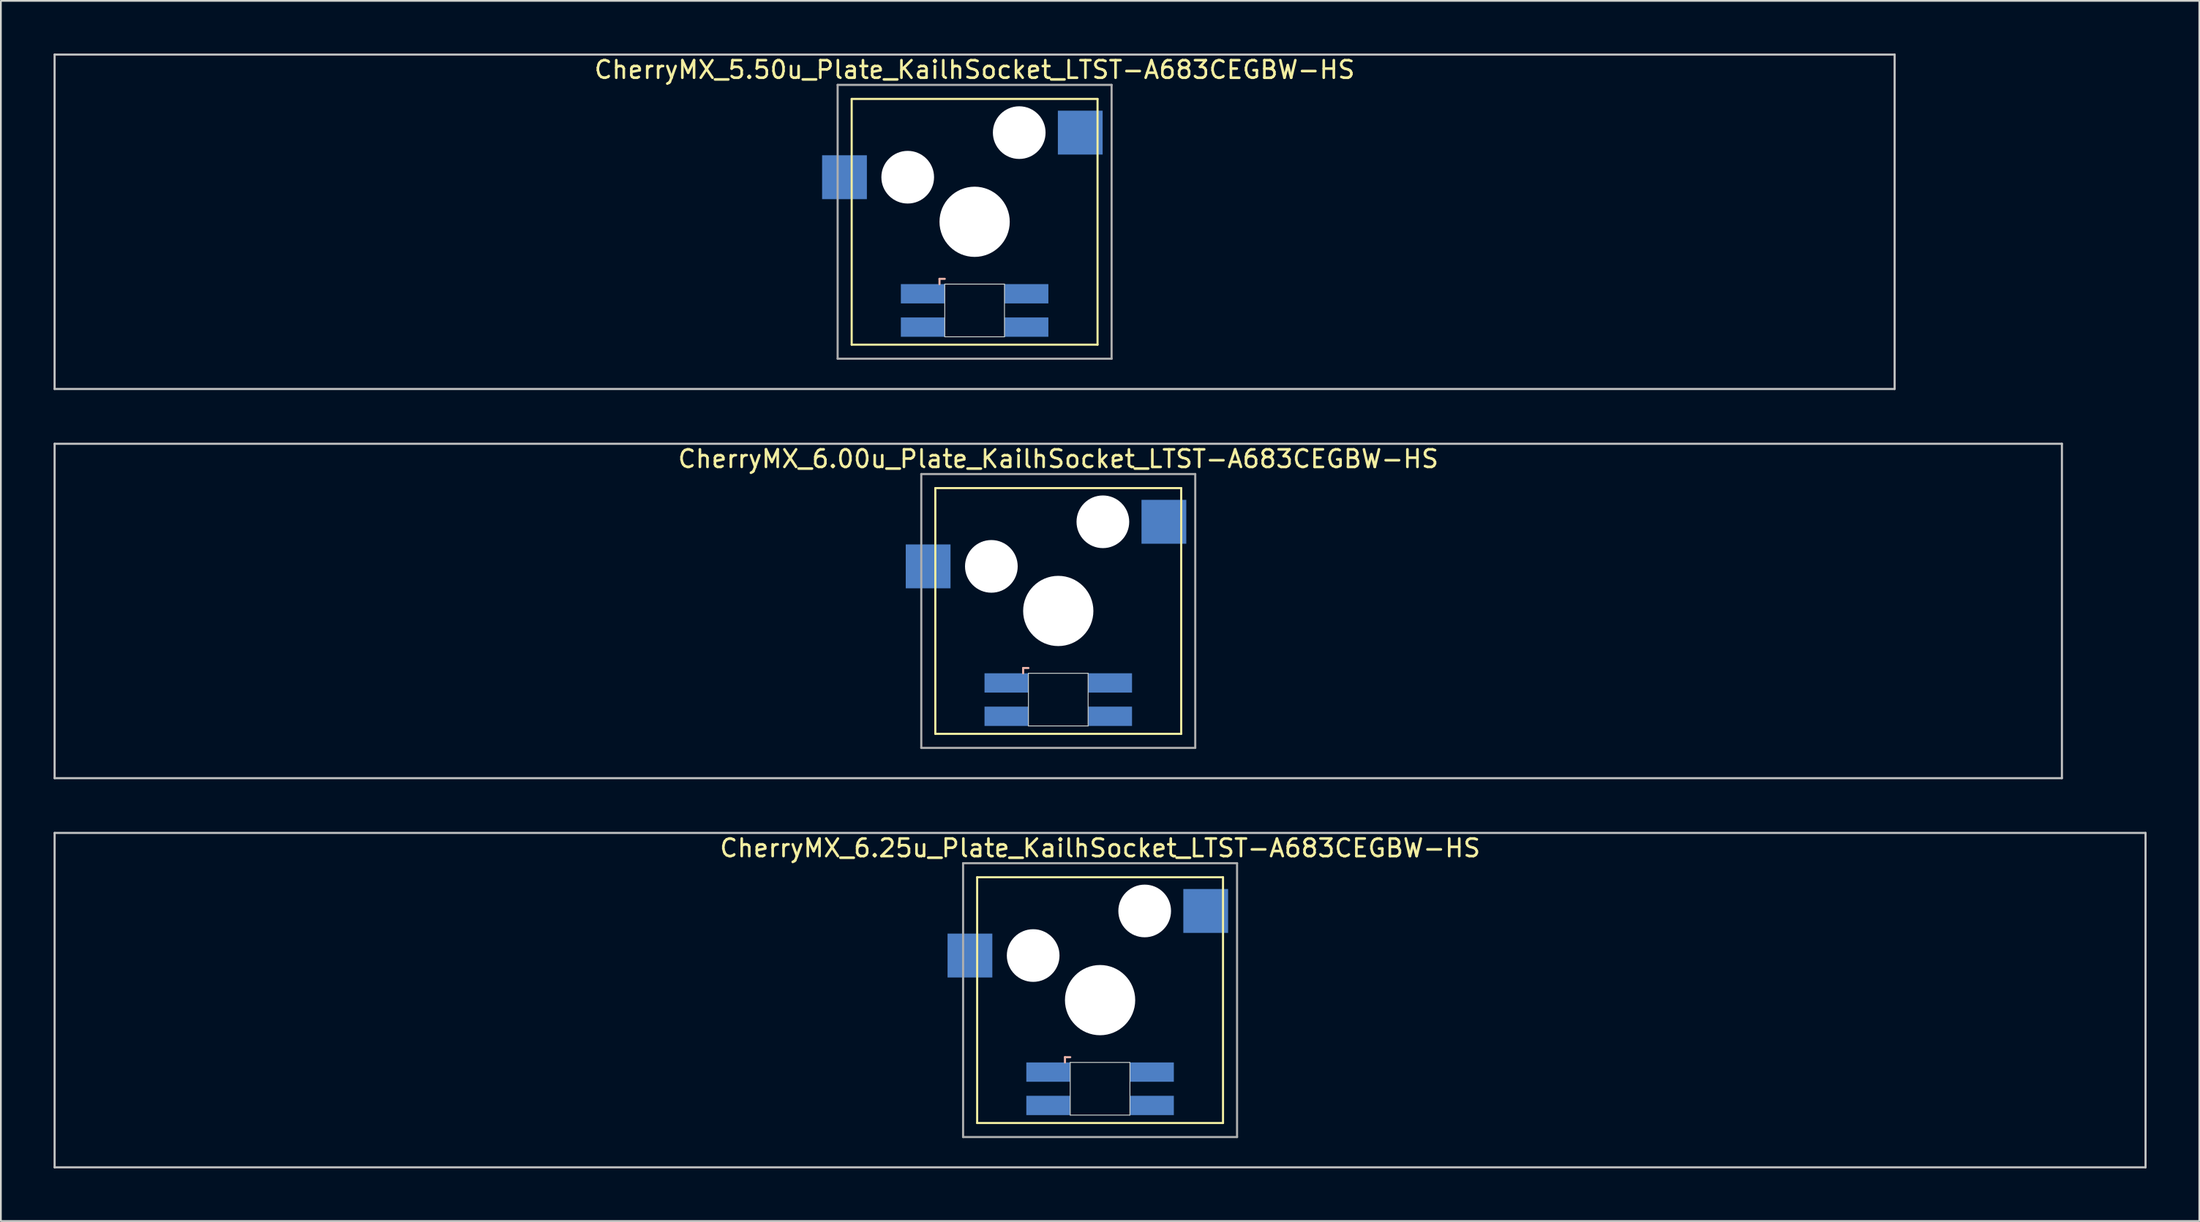
<source format=kicad_pcb>
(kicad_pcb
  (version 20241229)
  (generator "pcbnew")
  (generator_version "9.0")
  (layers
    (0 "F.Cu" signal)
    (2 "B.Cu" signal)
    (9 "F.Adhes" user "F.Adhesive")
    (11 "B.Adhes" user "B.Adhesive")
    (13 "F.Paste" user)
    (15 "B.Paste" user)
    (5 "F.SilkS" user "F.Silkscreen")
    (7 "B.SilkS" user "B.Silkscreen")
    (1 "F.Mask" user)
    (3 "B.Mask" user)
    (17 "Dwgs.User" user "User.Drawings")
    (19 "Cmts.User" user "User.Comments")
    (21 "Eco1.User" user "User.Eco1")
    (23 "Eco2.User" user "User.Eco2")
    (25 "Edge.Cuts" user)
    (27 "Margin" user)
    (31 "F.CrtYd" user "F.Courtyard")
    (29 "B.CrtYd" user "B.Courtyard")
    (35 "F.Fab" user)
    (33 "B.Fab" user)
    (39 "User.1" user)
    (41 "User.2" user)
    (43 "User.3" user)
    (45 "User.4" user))
  (footprint "CherryMX_5.50u_Plate_KailhSocket_LTST-A683CEGBW-HS"
    (layer "F.Cu")
    (at 52.447 9.585)
    (property "Reference" "CherryMX_5.50u_Plate_KailhSocket_LTST-A683CEGBW-HS" (at 0 -8.662 0) (layer "F.SilkS") (effects (font (size 1 1) (thickness 0.15))))
    (attr through_hole)
    (fp_line (start -7 -7) (end -7 7) (stroke (width 0.12) (type solid)) (layer "F.SilkS"))
    (fp_line (start -7 -7) (end 7 -7) (stroke (width 0.12) (type solid)) (layer "F.SilkS"))
    (fp_line (start 7 -7) (end 7 7) (stroke (width 0.12) (type solid)) (layer "F.SilkS"))
    (fp_line (start 7 7) (end -7 7) (stroke (width 0.12) (type solid)) (layer "F.SilkS"))
    (fp_line (start -2 3.25) (end -2 3.55) (stroke (width 0.12) (type solid)) (layer "B.SilkS"))
    (fp_line (start -1.7 3.25) (end -2 3.25) (stroke (width 0.12) (type solid)) (layer "B.SilkS"))
    (fp_line (start -52.388 -9.525) (end 52.388 -9.525) (stroke (width 0.12) (type solid)) (layer "Dwgs.User"))
    (fp_line (start -52.388 9.525) (end -52.388 -9.525) (stroke (width 0.12) (type solid)) (layer "Dwgs.User"))
    (fp_line (start 52.388 -9.525) (end 52.388 9.525) (stroke (width 0.12) (type solid)) (layer "Dwgs.User"))
    (fp_line (start 52.388 9.525) (end -52.388 9.525) (stroke (width 0.12) (type solid)) (layer "Dwgs.User"))
    (fp_line (start -1.7 3.55) (end 1.7 3.55) (stroke (width 0.05) (type solid)) (layer "Edge.Cuts"))
    (fp_line (start -1.7 6.55) (end -1.7 3.55) (stroke (width 0.05) (type solid)) (layer "Edge.Cuts"))
    (fp_line (start 1.7 3.55) (end 1.7 6.55) (stroke (width 0.05) (type solid)) (layer "Edge.Cuts"))
    (fp_line (start 1.7 6.55) (end -1.7 6.55) (stroke (width 0.05) (type solid)) (layer "Edge.Cuts"))
    (fp_line (start -7.8 -7.8) (end -7.8 7.8) (stroke (width 0.12) (type solid)) (layer "F.Fab"))
    (fp_line (start -7.8 -7.8) (end 7.8 -7.8) (stroke (width 0.12) (type solid)) (layer "F.Fab"))
    (fp_line (start -7.8 7.8) (end 7.8 7.8) (stroke (width 0.12) (type solid)) (layer "F.Fab"))
    (fp_line (start 7.8 -7.8) (end 7.8 7.8) (stroke (width 0.12) (type solid)) (layer "F.Fab"))
    (pad "" np_thru_hole circle (at -3.81 -2.54) (size 3 3) (drill 3) (layers "*.Cu" "*.Mask"))
    (pad "" np_thru_hole circle (at 0 0) (size 4 4) (drill 4) (layers "*.Cu" "*.Mask"))
    (pad "" np_thru_hole circle (at 2.54 -5.08) (size 3 3) (drill 3) (layers "*.Cu" "*.Mask"))
    (pad "1" smd rect (at -7.41 -2.54) (size 2.55 2.5) (layers "B.Cu" "B.Mask" "B.Paste"))
    (pad "2" smd rect (at 6.015 -5.08) (size 2.55 2.5) (layers "B.Cu" "B.Mask" "B.Paste"))
    (pad "3" smd rect (at -2.95 4.1) (size 2.5 1.1) (layers "B.Cu" "B.Mask" "B.Paste"))
    (pad "4" smd rect (at -2.95 6) (size 2.5 1.1) (layers "B.Cu" "B.Mask" "B.Paste"))
    (pad "5" smd rect (at 2.95 4.1) (size 2.5 1.1) (layers "B.Cu" "B.Mask" "B.Paste"))
    (pad "6" smd rect (at 2.95 6) (size 2.5 1.1) (layers "B.Cu" "B.Mask" "B.Paste")))
  (footprint "CherryMX_6.00u_Plate_KailhSocket_LTST-A683CEGBW-HS"
    (layer "F.Cu")
    (at 57.21 31.755)
    (property "Reference" "CherryMX_6.00u_Plate_KailhSocket_LTST-A683CEGBW-HS" (at 0 -8.662 0) (layer "F.SilkS") (effects (font (size 1 1) (thickness 0.15))))
    (attr through_hole)
    (fp_line (start -7 -7) (end -7 7) (stroke (width 0.12) (type solid)) (layer "F.SilkS"))
    (fp_line (start -7 -7) (end 7 -7) (stroke (width 0.12) (type solid)) (layer "F.SilkS"))
    (fp_line (start 7 -7) (end 7 7) (stroke (width 0.12) (type solid)) (layer "F.SilkS"))
    (fp_line (start 7 7) (end -7 7) (stroke (width 0.12) (type solid)) (layer "F.SilkS"))
    (fp_line (start -2 3.25) (end -2 3.55) (stroke (width 0.12) (type solid)) (layer "B.SilkS"))
    (fp_line (start -1.7 3.25) (end -2 3.25) (stroke (width 0.12) (type solid)) (layer "B.SilkS"))
    (fp_line (start -57.15 -9.525) (end 57.15 -9.525) (stroke (width 0.12) (type solid)) (layer "Dwgs.User"))
    (fp_line (start -57.15 9.525) (end -57.15 -9.525) (stroke (width 0.12) (type solid)) (layer "Dwgs.User"))
    (fp_line (start 57.15 -9.525) (end 57.15 9.525) (stroke (width 0.12) (type solid)) (layer "Dwgs.User"))
    (fp_line (start 57.15 9.525) (end -57.15 9.525) (stroke (width 0.12) (type solid)) (layer "Dwgs.User"))
    (fp_line (start -1.7 3.55) (end 1.7 3.55) (stroke (width 0.05) (type solid)) (layer "Edge.Cuts"))
    (fp_line (start -1.7 6.55) (end -1.7 3.55) (stroke (width 0.05) (type solid)) (layer "Edge.Cuts"))
    (fp_line (start 1.7 3.55) (end 1.7 6.55) (stroke (width 0.05) (type solid)) (layer "Edge.Cuts"))
    (fp_line (start 1.7 6.55) (end -1.7 6.55) (stroke (width 0.05) (type solid)) (layer "Edge.Cuts"))
    (fp_line (start -7.8 -7.8) (end -7.8 7.8) (stroke (width 0.12) (type solid)) (layer "F.Fab"))
    (fp_line (start -7.8 -7.8) (end 7.8 -7.8) (stroke (width 0.12) (type solid)) (layer "F.Fab"))
    (fp_line (start -7.8 7.8) (end 7.8 7.8) (stroke (width 0.12) (type solid)) (layer "F.Fab"))
    (fp_line (start 7.8 -7.8) (end 7.8 7.8) (stroke (width 0.12) (type solid)) (layer "F.Fab"))
    (pad "" np_thru_hole circle (at -3.81 -2.54) (size 3 3) (drill 3) (layers "*.Cu" "*.Mask"))
    (pad "" np_thru_hole circle (at 0 0) (size 4 4) (drill 4) (layers "*.Cu" "*.Mask"))
    (pad "" np_thru_hole circle (at 2.54 -5.08) (size 3 3) (drill 3) (layers "*.Cu" "*.Mask"))
    (pad "1" smd rect (at -7.41 -2.54) (size 2.55 2.5) (layers "B.Cu" "B.Mask" "B.Paste"))
    (pad "2" smd rect (at 6.015 -5.08) (size 2.55 2.5) (layers "B.Cu" "B.Mask" "B.Paste"))
    (pad "3" smd rect (at -2.95 4.1) (size 2.5 1.1) (layers "B.Cu" "B.Mask" "B.Paste"))
    (pad "4" smd rect (at -2.95 6) (size 2.5 1.1) (layers "B.Cu" "B.Mask" "B.Paste"))
    (pad "5" smd rect (at 2.95 4.1) (size 2.5 1.1) (layers "B.Cu" "B.Mask" "B.Paste"))
    (pad "6" smd rect (at 2.95 6) (size 2.5 1.1) (layers "B.Cu" "B.Mask" "B.Paste")))
  (footprint "CherryMX_6.25u_Plate_KailhSocket_LTST-A683CEGBW-HS"
    (layer "F.Cu")
    (at 59.591 53.925)
    (property "Reference" "CherryMX_6.25u_Plate_KailhSocket_LTST-A683CEGBW-HS" (at 0 -8.662 0) (layer "F.SilkS") (effects (font (size 1 1) (thickness 0.15))))
    (attr through_hole)
    (fp_line (start -7 -7) (end -7 7) (stroke (width 0.12) (type solid)) (layer "F.SilkS"))
    (fp_line (start -7 -7) (end 7 -7) (stroke (width 0.12) (type solid)) (layer "F.SilkS"))
    (fp_line (start 7 -7) (end 7 7) (stroke (width 0.12) (type solid)) (layer "F.SilkS"))
    (fp_line (start 7 7) (end -7 7) (stroke (width 0.12) (type solid)) (layer "F.SilkS"))
    (fp_line (start -2 3.25) (end -2 3.55) (stroke (width 0.12) (type solid)) (layer "B.SilkS"))
    (fp_line (start -1.7 3.25) (end -2 3.25) (stroke (width 0.12) (type solid)) (layer "B.SilkS"))
    (fp_line (start -59.531 -9.525) (end 59.531 -9.525) (stroke (width 0.12) (type solid)) (layer "Dwgs.User"))
    (fp_line (start -59.531 9.525) (end -59.531 -9.525) (stroke (width 0.12) (type solid)) (layer "Dwgs.User"))
    (fp_line (start 59.531 -9.525) (end 59.531 9.525) (stroke (width 0.12) (type solid)) (layer "Dwgs.User"))
    (fp_line (start 59.531 9.525) (end -59.531 9.525) (stroke (width 0.12) (type solid)) (layer "Dwgs.User"))
    (fp_line (start -1.7 3.55) (end 1.7 3.55) (stroke (width 0.05) (type solid)) (layer "Edge.Cuts"))
    (fp_line (start -1.7 6.55) (end -1.7 3.55) (stroke (width 0.05) (type solid)) (layer "Edge.Cuts"))
    (fp_line (start 1.7 3.55) (end 1.7 6.55) (stroke (width 0.05) (type solid)) (layer "Edge.Cuts"))
    (fp_line (start 1.7 6.55) (end -1.7 6.55) (stroke (width 0.05) (type solid)) (layer "Edge.Cuts"))
    (fp_line (start -7.8 -7.8) (end -7.8 7.8) (stroke (width 0.12) (type solid)) (layer "F.Fab"))
    (fp_line (start -7.8 -7.8) (end 7.8 -7.8) (stroke (width 0.12) (type solid)) (layer "F.Fab"))
    (fp_line (start -7.8 7.8) (end 7.8 7.8) (stroke (width 0.12) (type solid)) (layer "F.Fab"))
    (fp_line (start 7.8 -7.8) (end 7.8 7.8) (stroke (width 0.12) (type solid)) (layer "F.Fab"))
    (pad "" np_thru_hole circle (at -3.81 -2.54) (size 3 3) (drill 3) (layers "*.Cu" "*.Mask"))
    (pad "" np_thru_hole circle (at 0 0) (size 4 4) (drill 4) (layers "*.Cu" "*.Mask"))
    (pad "" np_thru_hole circle (at 2.54 -5.08) (size 3 3) (drill 3) (layers "*.Cu" "*.Mask"))
    (pad "1" smd rect (at -7.41 -2.54) (size 2.55 2.5) (layers "B.Cu" "B.Mask" "B.Paste"))
    (pad "2" smd rect (at 6.015 -5.08) (size 2.55 2.5) (layers "B.Cu" "B.Mask" "B.Paste"))
    (pad "3" smd rect (at -2.95 4.1) (size 2.5 1.1) (layers "B.Cu" "B.Mask" "B.Paste"))
    (pad "4" smd rect (at -2.95 6) (size 2.5 1.1) (layers "B.Cu" "B.Mask" "B.Paste"))
    (pad "5" smd rect (at 2.95 4.1) (size 2.5 1.1) (layers "B.Cu" "B.Mask" "B.Paste"))
    (pad "6" smd rect (at 2.95 6) (size 2.5 1.1) (layers "B.Cu" "B.Mask" "B.Paste")))
  (gr_rect
    (start -3 -3)
    (end 122.183 66.51)
    (stroke (width 0.1) (type default))
    (fill no)
    (layer "Edge.Cuts")))
</source>
